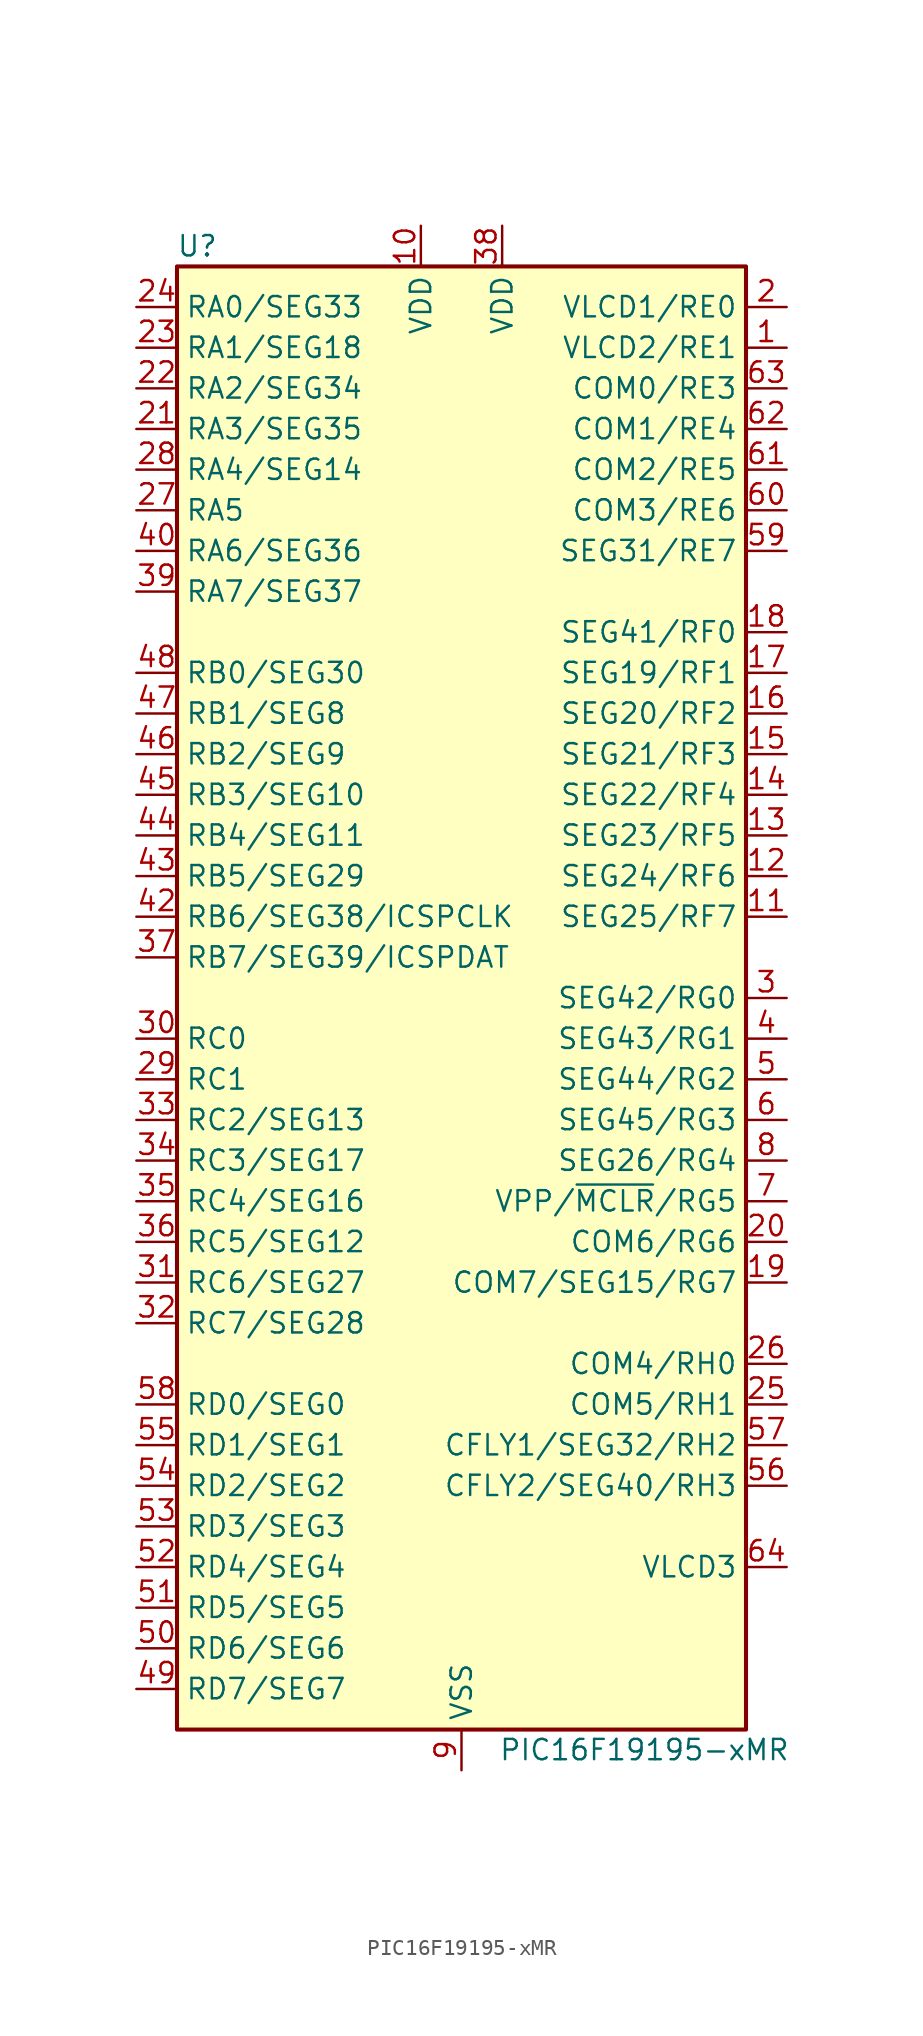
<source format=kicad_sym>
(kicad_symbol_lib
  (version 20241209)
  (generator "kicad_symbol_editor")
  (generator_version "9.0")
  (symbol "PIC16F19195-xMR"
    (property "Reference" "U"
      (at -16.51 46.99 0)
      (effects (font (size 1.27 1.27))))
    (property "Value" "PIC16F19195-xMR"
      (at 11.43 -46.99 0)
      (effects (font (size 1.27 1.27))))
    (symbol "PIC16F19195-xMR_0_1"
      (rectangle (start -17.78 45.72) (end 17.78 -45.72) (stroke (width 0.254) (type default)) (fill (type background))))
    (symbol "PIC16F19195-xMR_1_1"
      (pin bidirectional line (at -20.32 43.18 0) (length 2.54) (name "RA0/SEG33" (effects (font (size 1.27 1.27)))) (number "24" (effects (font (size 1.27 1.27)))))
      (pin bidirectional line (at -20.32 40.64 0) (length 2.54) (name "RA1/SEG18" (effects (font (size 1.27 1.27)))) (number "23" (effects (font (size 1.27 1.27)))))
      (pin bidirectional line (at -20.32 38.1 0) (length 2.54) (name "RA2/SEG34" (effects (font (size 1.27 1.27)))) (number "22" (effects (font (size 1.27 1.27)))))
      (pin bidirectional line (at -20.32 35.56 0) (length 2.54) (name "RA3/SEG35" (effects (font (size 1.27 1.27)))) (number "21" (effects (font (size 1.27 1.27)))))
      (pin bidirectional line (at -20.32 33.02 0) (length 2.54) (name "RA4/SEG14" (effects (font (size 1.27 1.27)))) (number "28" (effects (font (size 1.27 1.27)))))
      (pin bidirectional line (at -20.32 30.48 0) (length 2.54) (name "RA5" (effects (font (size 1.27 1.27)))) (number "27" (effects (font (size 1.27 1.27)))))
      (pin bidirectional line (at -20.32 27.94 0) (length 2.54) (name "RA6/SEG36" (effects (font (size 1.27 1.27)))) (number "40" (effects (font (size 1.27 1.27)))))
      (pin bidirectional line (at -20.32 25.4 0) (length 2.54) (name "RA7/SEG37" (effects (font (size 1.27 1.27)))) (number "39" (effects (font (size 1.27 1.27)))))
      (pin bidirectional line (at -20.32 20.32 0) (length 2.54) (name "RB0/SEG30" (effects (font (size 1.27 1.27)))) (number "48" (effects (font (size 1.27 1.27)))))
      (pin bidirectional line (at -20.32 17.78 0) (length 2.54) (name "RB1/SEG8" (effects (font (size 1.27 1.27)))) (number "47" (effects (font (size 1.27 1.27)))))
      (pin bidirectional line (at -20.32 15.24 0) (length 2.54) (name "RB2/SEG9" (effects (font (size 1.27 1.27)))) (number "46" (effects (font (size 1.27 1.27)))))
      (pin bidirectional line (at -20.32 12.7 0) (length 2.54) (name "RB3/SEG10" (effects (font (size 1.27 1.27)))) (number "45" (effects (font (size 1.27 1.27)))))
      (pin bidirectional line (at -20.32 10.16 0) (length 2.54) (name "RB4/SEG11" (effects (font (size 1.27 1.27)))) (number "44" (effects (font (size 1.27 1.27)))))
      (pin bidirectional line (at -20.32 7.62 0) (length 2.54) (name "RB5/SEG29" (effects (font (size 1.27 1.27)))) (number "43" (effects (font (size 1.27 1.27)))))
      (pin bidirectional line (at -20.32 5.08 0) (length 2.54) (name "RB6/SEG38/ICSPCLK" (effects (font (size 1.27 1.27)))) (number "42" (effects (font (size 1.27 1.27)))))
      (pin bidirectional line (at -20.32 2.54 0) (length 2.54) (name "RB7/SEG39/ICSPDAT" (effects (font (size 1.27 1.27)))) (number "37" (effects (font (size 1.27 1.27)))))
      (pin bidirectional line (at -20.32 -2.54 0) (length 2.54) (name "RC0" (effects (font (size 1.27 1.27)))) (number "30" (effects (font (size 1.27 1.27)))))
      (pin bidirectional line (at -20.32 -5.08 0) (length 2.54) (name "RC1" (effects (font (size 1.27 1.27)))) (number "29" (effects (font (size 1.27 1.27)))))
      (pin bidirectional line (at -20.32 -7.62 0) (length 2.54) (name "RC2/SEG13" (effects (font (size 1.27 1.27)))) (number "33" (effects (font (size 1.27 1.27)))))
      (pin bidirectional line (at -20.32 -10.16 0) (length 2.54) (name "RC3/SEG17" (effects (font (size 1.27 1.27)))) (number "34" (effects (font (size 1.27 1.27)))))
      (pin bidirectional line (at -20.32 -12.7 0) (length 2.54) (name "RC4/SEG16" (effects (font (size 1.27 1.27)))) (number "35" (effects (font (size 1.27 1.27)))))
      (pin bidirectional line (at -20.32 -15.24 0) (length 2.54) (name "RC5/SEG12" (effects (font (size 1.27 1.27)))) (number "36" (effects (font (size 1.27 1.27)))))
      (pin bidirectional line (at -20.32 -17.78 0) (length 2.54) (name "RC6/SEG27" (effects (font (size 1.27 1.27)))) (number "31" (effects (font (size 1.27 1.27)))))
      (pin bidirectional line (at -20.32 -20.32 0) (length 2.54) (name "RC7/SEG28" (effects (font (size 1.27 1.27)))) (number "32" (effects (font (size 1.27 1.27)))))
      (pin bidirectional line (at -20.32 -25.4 0) (length 2.54) (name "RD0/SEG0" (effects (font (size 1.27 1.27)))) (number "58" (effects (font (size 1.27 1.27)))))
      (pin bidirectional line (at -20.32 -27.94 0) (length 2.54) (name "RD1/SEG1" (effects (font (size 1.27 1.27)))) (number "55" (effects (font (size 1.27 1.27)))))
      (pin bidirectional line (at -20.32 -30.48 0) (length 2.54) (name "RD2/SEG2" (effects (font (size 1.27 1.27)))) (number "54" (effects (font (size 1.27 1.27)))))
      (pin bidirectional line (at -20.32 -33.02 0) (length 2.54) (name "RD3/SEG3" (effects (font (size 1.27 1.27)))) (number "53" (effects (font (size 1.27 1.27)))))
      (pin bidirectional line (at -20.32 -35.56 0) (length 2.54) (name "RD4/SEG4" (effects (font (size 1.27 1.27)))) (number "52" (effects (font (size 1.27 1.27)))))
      (pin bidirectional line (at -20.32 -38.1 0) (length 2.54) (name "RD5/SEG5" (effects (font (size 1.27 1.27)))) (number "51" (effects (font (size 1.27 1.27)))))
      (pin bidirectional line (at -20.32 -40.64 0) (length 2.54) (name "RD6/SEG6" (effects (font (size 1.27 1.27)))) (number "50" (effects (font (size 1.27 1.27)))))
      (pin bidirectional line (at -20.32 -43.18 0) (length 2.54) (name "RD7/SEG7" (effects (font (size 1.27 1.27)))) (number "49" (effects (font (size 1.27 1.27)))))
      (pin power_in line (at -2.54 48.26 270) (length 2.54) (name "VDD" (effects (font (size 1.27 1.27)))) (number "10" (effects (font (size 1.27 1.27)))))
      (pin passive line (at 0 -48.26 90) (length 2.54) (hide yes) (name "VSS" (effects (font (size 1.27 1.27)))) (number "41" (effects (font (size 1.27 1.27)))))
      (pin passive line (at 0 -48.26 90) (length 2.54) (hide yes) (name "VSS" (effects (font (size 1.27 1.27)))) (number "65" (effects (font (size 1.27 1.27)))))
      (pin power_in line (at 0 -48.26 90) (length 2.54) (name "VSS" (effects (font (size 1.27 1.27)))) (number "9" (effects (font (size 1.27 1.27)))))
      (pin power_in line (at 2.54 48.26 270) (length 2.54) (name "VDD" (effects (font (size 1.27 1.27)))) (number "38" (effects (font (size 1.27 1.27)))))
      (pin bidirectional line (at 20.32 43.18 180) (length 2.54) (name "VLCD1/RE0" (effects (font (size 1.27 1.27)))) (number "2" (effects (font (size 1.27 1.27)))))
      (pin bidirectional line (at 20.32 40.64 180) (length 2.54) (name "VLCD2/RE1" (effects (font (size 1.27 1.27)))) (number "1" (effects (font (size 1.27 1.27)))))
      (pin bidirectional line (at 20.32 38.1 180) (length 2.54) (name "COM0/RE3" (effects (font (size 1.27 1.27)))) (number "63" (effects (font (size 1.27 1.27)))))
      (pin bidirectional line (at 20.32 35.56 180) (length 2.54) (name "COM1/RE4" (effects (font (size 1.27 1.27)))) (number "62" (effects (font (size 1.27 1.27)))))
      (pin bidirectional line (at 20.32 33.02 180) (length 2.54) (name "COM2/RE5" (effects (font (size 1.27 1.27)))) (number "61" (effects (font (size 1.27 1.27)))))
      (pin bidirectional line (at 20.32 30.48 180) (length 2.54) (name "COM3/RE6" (effects (font (size 1.27 1.27)))) (number "60" (effects (font (size 1.27 1.27)))))
      (pin bidirectional line (at 20.32 27.94 180) (length 2.54) (name "SEG31/RE7" (effects (font (size 1.27 1.27)))) (number "59" (effects (font (size 1.27 1.27)))))
      (pin bidirectional line (at 20.32 22.86 180) (length 2.54) (name "SEG41/RF0" (effects (font (size 1.27 1.27)))) (number "18" (effects (font (size 1.27 1.27)))))
      (pin bidirectional line (at 20.32 20.32 180) (length 2.54) (name "SEG19/RF1" (effects (font (size 1.27 1.27)))) (number "17" (effects (font (size 1.27 1.27)))))
      (pin bidirectional line (at 20.32 17.78 180) (length 2.54) (name "SEG20/RF2" (effects (font (size 1.27 1.27)))) (number "16" (effects (font (size 1.27 1.27)))))
      (pin bidirectional line (at 20.32 15.24 180) (length 2.54) (name "SEG21/RF3" (effects (font (size 1.27 1.27)))) (number "15" (effects (font (size 1.27 1.27)))))
      (pin bidirectional line (at 20.32 12.7 180) (length 2.54) (name "SEG22/RF4" (effects (font (size 1.27 1.27)))) (number "14" (effects (font (size 1.27 1.27)))))
      (pin bidirectional line (at 20.32 10.16 180) (length 2.54) (name "SEG23/RF5" (effects (font (size 1.27 1.27)))) (number "13" (effects (font (size 1.27 1.27)))))
      (pin bidirectional line (at 20.32 7.62 180) (length 2.54) (name "SEG24/RF6" (effects (font (size 1.27 1.27)))) (number "12" (effects (font (size 1.27 1.27)))))
      (pin bidirectional line (at 20.32 5.08 180) (length 2.54) (name "SEG25/RF7" (effects (font (size 1.27 1.27)))) (number "11" (effects (font (size 1.27 1.27)))))
      (pin bidirectional line (at 20.32 0 180) (length 2.54) (name "SEG42/RG0" (effects (font (size 1.27 1.27)))) (number "3" (effects (font (size 1.27 1.27)))))
      (pin bidirectional line (at 20.32 -2.54 180) (length 2.54) (name "SEG43/RG1" (effects (font (size 1.27 1.27)))) (number "4" (effects (font (size 1.27 1.27)))))
      (pin bidirectional line (at 20.32 -5.08 180) (length 2.54) (name "SEG44/RG2" (effects (font (size 1.27 1.27)))) (number "5" (effects (font (size 1.27 1.27)))))
      (pin bidirectional line (at 20.32 -7.62 180) (length 2.54) (name "SEG45/RG3" (effects (font (size 1.27 1.27)))) (number "6" (effects (font (size 1.27 1.27)))))
      (pin bidirectional line (at 20.32 -10.16 180) (length 2.54) (name "SEG26/RG4" (effects (font (size 1.27 1.27)))) (number "8" (effects (font (size 1.27 1.27)))))
      (pin bidirectional line (at 20.32 -12.7 180) (length 2.54) (name "VPP/~{MCLR}/RG5" (effects (font (size 1.27 1.27)))) (number "7" (effects (font (size 1.27 1.27)))))
      (pin bidirectional line (at 20.32 -15.24 180) (length 2.54) (name "COM6/RG6" (effects (font (size 1.27 1.27)))) (number "20" (effects (font (size 1.27 1.27)))))
      (pin bidirectional line (at 20.32 -17.78 180) (length 2.54) (name "COM7/SEG15/RG7" (effects (font (size 1.27 1.27)))) (number "19" (effects (font (size 1.27 1.27)))))
      (pin bidirectional line (at 20.32 -22.86 180) (length 2.54) (name "COM4/RH0" (effects (font (size 1.27 1.27)))) (number "26" (effects (font (size 1.27 1.27)))))
      (pin bidirectional line (at 20.32 -25.4 180) (length 2.54) (name "COM5/RH1" (effects (font (size 1.27 1.27)))) (number "25" (effects (font (size 1.27 1.27)))))
      (pin bidirectional line (at 20.32 -27.94 180) (length 2.54) (name "CFLY1/SEG32/RH2" (effects (font (size 1.27 1.27)))) (number "57" (effects (font (size 1.27 1.27)))))
      (pin bidirectional line (at 20.32 -30.48 180) (length 2.54) (name "CFLY2/SEG40/RH3" (effects (font (size 1.27 1.27)))) (number "56" (effects (font (size 1.27 1.27)))))
      (pin input line (at 20.32 -35.56 180) (length 2.54) (name "VLCD3" (effects (font (size 1.27 1.27)))) (number "64" (effects (font (size 1.27 1.27))))))))
</source>
